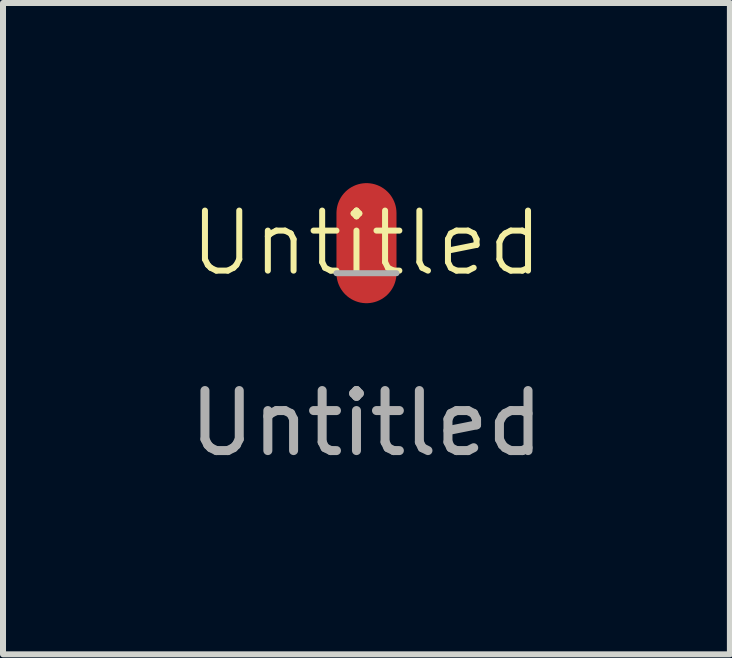
<source format=kicad_pcb>
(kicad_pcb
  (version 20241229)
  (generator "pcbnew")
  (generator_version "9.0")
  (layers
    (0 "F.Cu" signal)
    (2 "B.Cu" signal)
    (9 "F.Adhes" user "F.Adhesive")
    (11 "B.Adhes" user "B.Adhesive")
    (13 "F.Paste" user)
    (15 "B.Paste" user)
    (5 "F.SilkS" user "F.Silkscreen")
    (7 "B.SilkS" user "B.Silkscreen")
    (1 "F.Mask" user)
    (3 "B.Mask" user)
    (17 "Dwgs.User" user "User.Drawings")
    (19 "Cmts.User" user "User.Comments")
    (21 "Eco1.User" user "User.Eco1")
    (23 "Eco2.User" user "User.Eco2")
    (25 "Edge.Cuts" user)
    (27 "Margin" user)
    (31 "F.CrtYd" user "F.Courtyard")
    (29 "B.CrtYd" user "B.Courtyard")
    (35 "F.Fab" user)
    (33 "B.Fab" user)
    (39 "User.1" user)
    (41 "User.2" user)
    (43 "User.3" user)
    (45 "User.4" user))
  (footprint "Untitled"
    (layer "F.Cu")
    (at 3.054 1.5)
    (property "Reference" "Untitled" (at 0 -0.5 0) (unlocked yes) (layer "F.SilkS") (effects (font (size 1 1) (thickness 0.1))))
    (attr smd)
    (fp_line (start -0.5 0) (end 0.5 0) (stroke (width 0.1) (type solid)) (layer "F.Fab"))
    (fp_text user "${REFERENCE}" (at 0 2.5 0) (unlocked yes) (layer "F.Fab") (effects (font (size 1 1) (thickness 0.15))))
    (pad "1" smd oval (at 0 -0.5 90) (size 2 1) (layers "F.Cu" "F.Mask")))
  (gr_rect
    (start -3 -3)
    (end 9.107 7.848)
    (stroke (width 0.1) (type default))
    (fill no)
    (layer "Edge.Cuts")))
</source>
